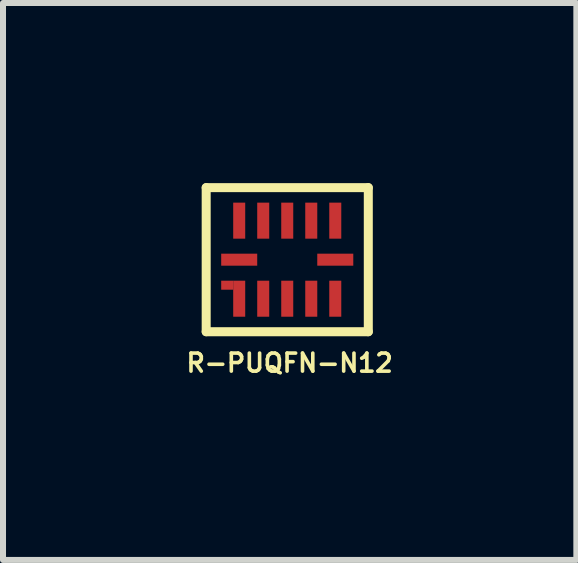
<source format=kicad_pcb>
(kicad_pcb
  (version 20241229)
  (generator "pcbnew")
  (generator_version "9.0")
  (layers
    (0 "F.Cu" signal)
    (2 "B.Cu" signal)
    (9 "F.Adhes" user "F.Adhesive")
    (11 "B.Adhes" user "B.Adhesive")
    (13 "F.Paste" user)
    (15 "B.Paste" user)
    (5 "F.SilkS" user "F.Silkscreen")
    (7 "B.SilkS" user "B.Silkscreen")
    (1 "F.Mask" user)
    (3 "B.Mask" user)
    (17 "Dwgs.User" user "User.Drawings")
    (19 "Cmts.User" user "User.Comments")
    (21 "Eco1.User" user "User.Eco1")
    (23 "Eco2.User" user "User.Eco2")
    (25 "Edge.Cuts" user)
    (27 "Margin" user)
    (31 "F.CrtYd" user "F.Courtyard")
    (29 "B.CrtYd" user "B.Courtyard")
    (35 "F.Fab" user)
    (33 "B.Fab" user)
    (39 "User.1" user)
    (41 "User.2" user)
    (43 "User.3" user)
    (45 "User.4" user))
  (footprint "R-PUQFN-N12"
    (layer "F.Cu")
    (at 1.734 1.275)
    (property "Reference" "R-PUQFN-N12" (at 0.04 1.72 0) (layer "F.SilkS") (effects (font (size 0.3 0.3) (thickness 0.06))))
    (attr through_hole)
    (fp_line (start -1.35 -1.2) (end 1.35 -1.2) (stroke (width 0.15) (type solid)) (layer "F.SilkS"))
    (fp_line (start -1.35 1.2) (end -1.35 -1.2) (stroke (width 0.15) (type solid)) (layer "F.SilkS"))
    (fp_line (start 1.35 -1.2) (end 1.35 1.2) (stroke (width 0.15) (type solid)) (layer "F.SilkS"))
    (fp_line (start 1.35 1.2) (end -1.35 1.2) (stroke (width 0.15) (type solid)) (layer "F.SilkS"))
    (pad "1" smd rect (at -1 0.425) (size 0.2 0.15) (layers "F.Cu" "F.Mask" "F.Paste"))
    (pad "1" smd rect (at -0.8 0.65) (size 0.2 0.6) (layers "F.Cu" "F.Mask" "F.Paste"))
    (pad "2" smd rect (at -0.4 0.65) (size 0.2 0.6) (layers "F.Cu" "F.Mask" "F.Paste"))
    (pad "3" smd rect (at 0 0.65) (size 0.2 0.6) (layers "F.Cu" "F.Mask" "F.Paste"))
    (pad "4" smd rect (at 0.4 0.65) (size 0.2 0.6) (layers "F.Cu" "F.Mask" "F.Paste"))
    (pad "5" smd rect (at 0.8 0.65) (size 0.2 0.6) (layers "F.Cu" "F.Mask" "F.Paste"))
    (pad "6" smd rect (at 0.8 0) (size 0.6 0.2) (layers "F.Cu" "F.Mask" "F.Paste"))
    (pad "7" smd rect (at 0.8 -0.65) (size 0.2 0.6) (layers "F.Cu" "F.Mask" "F.Paste"))
    (pad "8" smd rect (at 0.4 -0.65) (size 0.2 0.6) (layers "F.Cu" "F.Mask" "F.Paste"))
    (pad "9" smd rect (at 0 -0.65) (size 0.2 0.6) (layers "F.Cu" "F.Mask" "F.Paste"))
    (pad "10" smd rect (at -0.4 -0.65) (size 0.2 0.6) (layers "F.Cu" "F.Mask" "F.Paste"))
    (pad "11" smd rect (at -0.8 -0.65) (size 0.2 0.6) (layers "F.Cu" "F.Mask" "F.Paste"))
    (pad "12" smd rect (at -0.8 0) (size 0.6 0.2) (layers "F.Cu" "F.Mask" "F.Paste")))
  (gr_rect
    (start -3 -3)
    (end 6.549 6.276)
    (stroke (width 0.1) (type default))
    (fill no)
    (layer "Edge.Cuts")))
</source>
